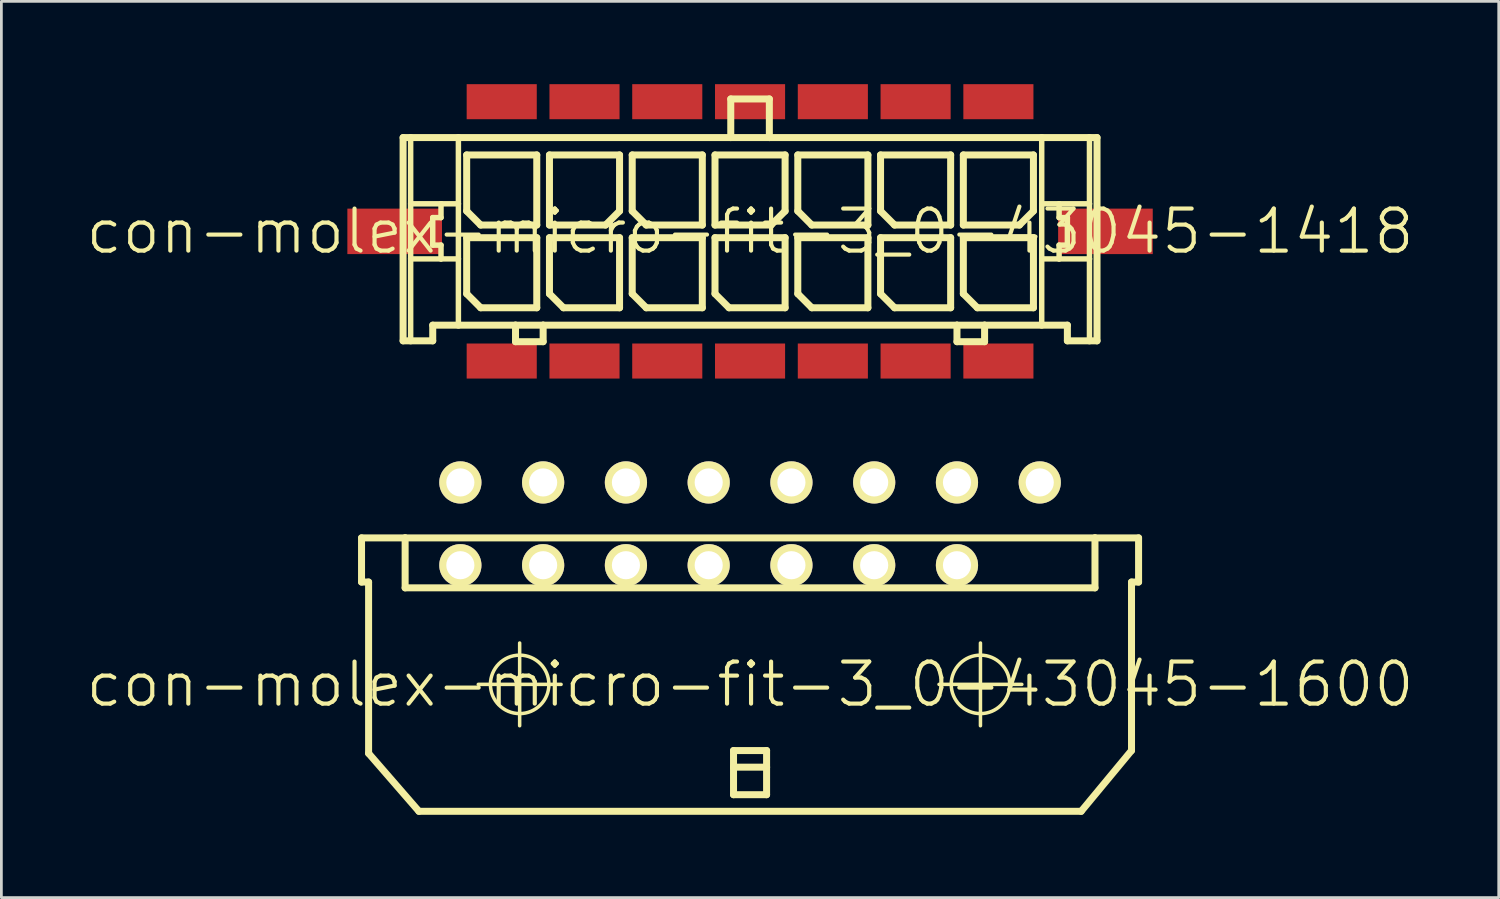
<source format=kicad_pcb>
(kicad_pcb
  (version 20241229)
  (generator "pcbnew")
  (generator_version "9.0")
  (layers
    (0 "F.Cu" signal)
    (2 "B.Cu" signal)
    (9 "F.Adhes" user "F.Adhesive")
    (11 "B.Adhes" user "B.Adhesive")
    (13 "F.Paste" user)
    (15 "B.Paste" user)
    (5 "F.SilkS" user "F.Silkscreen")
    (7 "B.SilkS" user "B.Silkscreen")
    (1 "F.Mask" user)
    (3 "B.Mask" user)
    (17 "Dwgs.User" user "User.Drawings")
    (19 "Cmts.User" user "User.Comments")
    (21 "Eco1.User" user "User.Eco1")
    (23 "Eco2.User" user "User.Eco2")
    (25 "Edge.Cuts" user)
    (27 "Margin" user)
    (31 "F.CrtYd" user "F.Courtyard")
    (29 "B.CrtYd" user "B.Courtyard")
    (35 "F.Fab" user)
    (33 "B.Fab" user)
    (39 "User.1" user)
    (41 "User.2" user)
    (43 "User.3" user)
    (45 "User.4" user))
  (footprint "con-molex-micro-fit-3_0-43045-1418"
    (layer "F.Cu")
    (at 24.13 5.334)
    (property "Reference" "con-molex-micro-fit-3_0-43045-1418" (at 0 0 0) (layer "F.SilkS") (effects (font (size 1.524 1.524) (thickness 0.15))))
    (attr smd)
    (fp_line (start -12.573 -3.399) (end -12.299 -3.399) (stroke (width 0.254) (type solid)) (layer "F.SilkS"))
    (fp_line (start -12.573 3.967) (end -12.573 -3.399) (stroke (width 0.254) (type solid)) (layer "F.SilkS"))
    (fp_line (start -12.299 -3.399) (end -10.569 -3.399) (stroke (width 0.254) (type solid)) (layer "F.SilkS"))
    (fp_line (start -12.299 -0.998) (end -12.299 -3.399) (stroke (width 0.198) (type solid)) (layer "F.SilkS"))
    (fp_line (start -12.299 0.998) (end -12.299 -0.998) (stroke (width 0.198) (type solid)) (layer "F.SilkS"))
    (fp_line (start -12.299 3.967) (end -12.573 3.967) (stroke (width 0.254) (type solid)) (layer "F.SilkS"))
    (fp_line (start -12.299 3.967) (end -12.299 0.998) (stroke (width 0.198) (type solid)) (layer "F.SilkS"))
    (fp_line (start -11.499 -0.498) (end -11.499 0.498) (stroke (width 0.198) (type solid)) (layer "F.SilkS"))
    (fp_line (start -11.499 0.498) (end -11.199 0.498) (stroke (width 0.198) (type solid)) (layer "F.SilkS"))
    (fp_line (start -11.499 3.399) (end -11.499 3.967) (stroke (width 0.254) (type solid)) (layer "F.SilkS"))
    (fp_line (start -11.499 3.967) (end -12.299 3.967) (stroke (width 0.254) (type solid)) (layer "F.SilkS"))
    (fp_line (start -11.199 -0.998) (end -12.299 -0.998) (stroke (width 0.198) (type solid)) (layer "F.SilkS"))
    (fp_line (start -11.199 -0.998) (end -11.199 -0.498) (stroke (width 0.198) (type solid)) (layer "F.SilkS"))
    (fp_line (start -11.199 -0.498) (end -11.499 -0.498) (stroke (width 0.198) (type solid)) (layer "F.SilkS"))
    (fp_line (start -11.199 0.498) (end -11.199 0.998) (stroke (width 0.198) (type solid)) (layer "F.SilkS"))
    (fp_line (start -11.199 0.998) (end -12.299 0.998) (stroke (width 0.198) (type solid)) (layer "F.SilkS"))
    (fp_line (start -10.569 -3.399) (end -0.699 -3.399) (stroke (width 0.254) (type solid)) (layer "F.SilkS"))
    (fp_line (start -10.569 -0.998) (end -11.199 -0.998) (stroke (width 0.198) (type solid)) (layer "F.SilkS"))
    (fp_line (start -10.569 -0.998) (end -10.569 -3.399) (stroke (width 0.198) (type solid)) (layer "F.SilkS"))
    (fp_line (start -10.569 0.998) (end -11.199 0.998) (stroke (width 0.198) (type solid)) (layer "F.SilkS"))
    (fp_line (start -10.569 0.998) (end -10.569 -0.998) (stroke (width 0.198) (type solid)) (layer "F.SilkS"))
    (fp_line (start -10.569 3.399) (end -11.499 3.399) (stroke (width 0.254) (type solid)) (layer "F.SilkS"))
    (fp_line (start -10.569 3.399) (end -10.569 0.998) (stroke (width 0.198) (type solid)) (layer "F.SilkS"))
    (fp_line (start -10.269 -2.769) (end -7.729 -2.769) (stroke (width 0.254) (type solid)) (layer "F.SilkS"))
    (fp_line (start -10.269 -0.737) (end -10.269 -2.769) (stroke (width 0.254) (type solid)) (layer "F.SilkS"))
    (fp_line (start -10.269 0.229) (end -7.729 0.229) (stroke (width 0.254) (type solid)) (layer "F.SilkS"))
    (fp_line (start -10.269 2.261) (end -10.269 0.229) (stroke (width 0.254) (type solid)) (layer "F.SilkS"))
    (fp_line (start -9.761 -0.229) (end -10.269 -0.737) (stroke (width 0.254) (type solid)) (layer "F.SilkS"))
    (fp_line (start -9.761 2.769) (end -10.269 2.261) (stroke (width 0.254) (type solid)) (layer "F.SilkS"))
    (fp_line (start -8.499 3.399) (end -10.569 3.399) (stroke (width 0.254) (type solid)) (layer "F.SilkS"))
    (fp_line (start -8.499 3.399) (end -8.499 3.998) (stroke (width 0.254) (type solid)) (layer "F.SilkS"))
    (fp_line (start -8.499 3.998) (end -7.498 3.998) (stroke (width 0.254) (type solid)) (layer "F.SilkS"))
    (fp_line (start -7.729 -2.769) (end -7.729 -0.229) (stroke (width 0.254) (type solid)) (layer "F.SilkS"))
    (fp_line (start -7.729 -0.229) (end -9.761 -0.229) (stroke (width 0.254) (type solid)) (layer "F.SilkS"))
    (fp_line (start -7.729 0.229) (end -7.729 2.769) (stroke (width 0.254) (type solid)) (layer "F.SilkS"))
    (fp_line (start -7.729 2.769) (end -9.761 2.769) (stroke (width 0.254) (type solid)) (layer "F.SilkS"))
    (fp_line (start -7.498 3.399) (end -8.499 3.399) (stroke (width 0.254) (type solid)) (layer "F.SilkS"))
    (fp_line (start -7.498 3.998) (end -7.498 3.399) (stroke (width 0.254) (type solid)) (layer "F.SilkS"))
    (fp_line (start -7.269 -2.769) (end -7.269 -0.229) (stroke (width 0.254) (type solid)) (layer "F.SilkS"))
    (fp_line (start -7.269 -0.229) (end -5.237 -0.229) (stroke (width 0.254) (type solid)) (layer "F.SilkS"))
    (fp_line (start -7.269 0.229) (end -4.729 0.229) (stroke (width 0.254) (type solid)) (layer "F.SilkS"))
    (fp_line (start -7.269 2.261) (end -7.269 0.229) (stroke (width 0.254) (type solid)) (layer "F.SilkS"))
    (fp_line (start -6.761 2.769) (end -7.269 2.261) (stroke (width 0.254) (type solid)) (layer "F.SilkS"))
    (fp_line (start -5.237 -0.229) (end -4.729 -0.737) (stroke (width 0.254) (type solid)) (layer "F.SilkS"))
    (fp_line (start -4.729 -2.769) (end -7.269 -2.769) (stroke (width 0.254) (type solid)) (layer "F.SilkS"))
    (fp_line (start -4.729 -0.737) (end -4.729 -2.769) (stroke (width 0.254) (type solid)) (layer "F.SilkS"))
    (fp_line (start -4.729 0.229) (end -4.729 2.769) (stroke (width 0.254) (type solid)) (layer "F.SilkS"))
    (fp_line (start -4.729 2.769) (end -6.761 2.769) (stroke (width 0.254) (type solid)) (layer "F.SilkS"))
    (fp_line (start -4.27 -2.769) (end -1.73 -2.769) (stroke (width 0.254) (type solid)) (layer "F.SilkS"))
    (fp_line (start -4.27 -0.737) (end -4.27 -2.769) (stroke (width 0.254) (type solid)) (layer "F.SilkS"))
    (fp_line (start -4.27 0.229) (end -1.73 0.229) (stroke (width 0.254) (type solid)) (layer "F.SilkS"))
    (fp_line (start -4.27 2.261) (end -4.27 0.229) (stroke (width 0.254) (type solid)) (layer "F.SilkS"))
    (fp_line (start -3.762 -0.229) (end -4.27 -0.737) (stroke (width 0.254) (type solid)) (layer "F.SilkS"))
    (fp_line (start -3.762 2.769) (end -4.27 2.261) (stroke (width 0.254) (type solid)) (layer "F.SilkS"))
    (fp_line (start -1.73 -2.769) (end -1.73 -0.229) (stroke (width 0.254) (type solid)) (layer "F.SilkS"))
    (fp_line (start -1.73 -0.229) (end -3.762 -0.229) (stroke (width 0.254) (type solid)) (layer "F.SilkS"))
    (fp_line (start -1.73 0.229) (end -1.73 2.769) (stroke (width 0.254) (type solid)) (layer "F.SilkS"))
    (fp_line (start -1.73 2.769) (end -3.762 2.769) (stroke (width 0.254) (type solid)) (layer "F.SilkS"))
    (fp_line (start -1.27 -2.769) (end -1.27 -0.229) (stroke (width 0.254) (type solid)) (layer "F.SilkS"))
    (fp_line (start -1.27 -0.229) (end 0.762 -0.229) (stroke (width 0.254) (type solid)) (layer "F.SilkS"))
    (fp_line (start -1.27 0.229) (end 1.27 0.229) (stroke (width 0.254) (type solid)) (layer "F.SilkS"))
    (fp_line (start -1.27 2.261) (end -1.27 0.229) (stroke (width 0.254) (type solid)) (layer "F.SilkS"))
    (fp_line (start -0.762 2.769) (end -1.27 2.261) (stroke (width 0.254) (type solid)) (layer "F.SilkS"))
    (fp_line (start -0.699 -4.798) (end -0.699 -3.399) (stroke (width 0.254) (type solid)) (layer "F.SilkS"))
    (fp_line (start -0.699 -4.798) (end 0.699 -4.798) (stroke (width 0.254) (type solid)) (layer "F.SilkS"))
    (fp_line (start -0.699 -3.399) (end 0.699 -3.399) (stroke (width 0.254) (type solid)) (layer "F.SilkS"))
    (fp_line (start 0.699 -4.798) (end 0.699 -3.399) (stroke (width 0.254) (type solid)) (layer "F.SilkS"))
    (fp_line (start 0.699 -3.399) (end 10.569 -3.399) (stroke (width 0.254) (type solid)) (layer "F.SilkS"))
    (fp_line (start 0.762 -0.229) (end 1.27 -0.737) (stroke (width 0.254) (type solid)) (layer "F.SilkS"))
    (fp_line (start 1.27 -2.769) (end -1.27 -2.769) (stroke (width 0.254) (type solid)) (layer "F.SilkS"))
    (fp_line (start 1.27 -0.737) (end 1.27 -2.769) (stroke (width 0.254) (type solid)) (layer "F.SilkS"))
    (fp_line (start 1.27 0.229) (end 1.27 2.769) (stroke (width 0.254) (type solid)) (layer "F.SilkS"))
    (fp_line (start 1.27 2.769) (end -0.762 2.769) (stroke (width 0.254) (type solid)) (layer "F.SilkS"))
    (fp_line (start 1.73 -2.769) (end 4.27 -2.769) (stroke (width 0.254) (type solid)) (layer "F.SilkS"))
    (fp_line (start 1.73 -0.737) (end 1.73 -2.769) (stroke (width 0.254) (type solid)) (layer "F.SilkS"))
    (fp_line (start 1.73 0.229) (end 4.27 0.229) (stroke (width 0.254) (type solid)) (layer "F.SilkS"))
    (fp_line (start 1.73 2.261) (end 1.73 0.229) (stroke (width 0.254) (type solid)) (layer "F.SilkS"))
    (fp_line (start 2.238 -0.229) (end 1.73 -0.737) (stroke (width 0.254) (type solid)) (layer "F.SilkS"))
    (fp_line (start 2.238 2.769) (end 1.73 2.261) (stroke (width 0.254) (type solid)) (layer "F.SilkS"))
    (fp_line (start 4.27 -2.769) (end 4.27 -0.229) (stroke (width 0.254) (type solid)) (layer "F.SilkS"))
    (fp_line (start 4.27 -0.229) (end 2.238 -0.229) (stroke (width 0.254) (type solid)) (layer "F.SilkS"))
    (fp_line (start 4.27 0.229) (end 4.27 2.769) (stroke (width 0.254) (type solid)) (layer "F.SilkS"))
    (fp_line (start 4.27 2.769) (end 2.238 2.769) (stroke (width 0.254) (type solid)) (layer "F.SilkS"))
    (fp_line (start 4.729 -2.769) (end 7.269 -2.769) (stroke (width 0.254) (type solid)) (layer "F.SilkS"))
    (fp_line (start 4.729 -0.737) (end 4.729 -2.769) (stroke (width 0.254) (type solid)) (layer "F.SilkS"))
    (fp_line (start 4.729 0.229) (end 7.269 0.229) (stroke (width 0.254) (type solid)) (layer "F.SilkS"))
    (fp_line (start 4.729 2.261) (end 4.729 0.229) (stroke (width 0.254) (type solid)) (layer "F.SilkS"))
    (fp_line (start 5.237 -0.229) (end 4.729 -0.737) (stroke (width 0.254) (type solid)) (layer "F.SilkS"))
    (fp_line (start 5.237 2.769) (end 4.729 2.261) (stroke (width 0.254) (type solid)) (layer "F.SilkS"))
    (fp_line (start 7.269 -2.769) (end 7.269 -0.229) (stroke (width 0.254) (type solid)) (layer "F.SilkS"))
    (fp_line (start 7.269 -0.229) (end 5.237 -0.229) (stroke (width 0.254) (type solid)) (layer "F.SilkS"))
    (fp_line (start 7.269 0.229) (end 7.269 2.769) (stroke (width 0.254) (type solid)) (layer "F.SilkS"))
    (fp_line (start 7.269 2.769) (end 5.237 2.769) (stroke (width 0.254) (type solid)) (layer "F.SilkS"))
    (fp_line (start 7.498 3.399) (end -7.498 3.399) (stroke (width 0.254) (type solid)) (layer "F.SilkS"))
    (fp_line (start 7.498 3.399) (end 7.498 3.998) (stroke (width 0.254) (type solid)) (layer "F.SilkS"))
    (fp_line (start 7.498 3.998) (end 8.499 3.998) (stroke (width 0.254) (type solid)) (layer "F.SilkS"))
    (fp_line (start 7.729 -2.769) (end 7.729 -0.229) (stroke (width 0.254) (type solid)) (layer "F.SilkS"))
    (fp_line (start 7.729 -0.229) (end 9.761 -0.229) (stroke (width 0.254) (type solid)) (layer "F.SilkS"))
    (fp_line (start 7.729 0.229) (end 10.269 0.229) (stroke (width 0.254) (type solid)) (layer "F.SilkS"))
    (fp_line (start 7.729 2.261) (end 7.729 0.229) (stroke (width 0.254) (type solid)) (layer "F.SilkS"))
    (fp_line (start 8.237 2.769) (end 7.729 2.261) (stroke (width 0.254) (type solid)) (layer "F.SilkS"))
    (fp_line (start 8.499 3.399) (end 7.498 3.399) (stroke (width 0.254) (type solid)) (layer "F.SilkS"))
    (fp_line (start 8.499 3.998) (end 8.499 3.399) (stroke (width 0.254) (type solid)) (layer "F.SilkS"))
    (fp_line (start 9.761 -0.229) (end 10.269 -0.737) (stroke (width 0.254) (type solid)) (layer "F.SilkS"))
    (fp_line (start 10.269 -2.769) (end 7.729 -2.769) (stroke (width 0.254) (type solid)) (layer "F.SilkS"))
    (fp_line (start 10.269 -0.737) (end 10.269 -2.769) (stroke (width 0.254) (type solid)) (layer "F.SilkS"))
    (fp_line (start 10.269 0.229) (end 10.269 2.769) (stroke (width 0.254) (type solid)) (layer "F.SilkS"))
    (fp_line (start 10.269 2.769) (end 8.237 2.769) (stroke (width 0.254) (type solid)) (layer "F.SilkS"))
    (fp_line (start 10.569 -3.399) (end 10.569 -0.998) (stroke (width 0.198) (type solid)) (layer "F.SilkS"))
    (fp_line (start 10.569 -3.399) (end 12.299 -3.399) (stroke (width 0.254) (type solid)) (layer "F.SilkS"))
    (fp_line (start 10.569 -0.998) (end 10.569 0.998) (stroke (width 0.198) (type solid)) (layer "F.SilkS"))
    (fp_line (start 10.569 -0.998) (end 11.199 -0.998) (stroke (width 0.198) (type solid)) (layer "F.SilkS"))
    (fp_line (start 10.569 0.998) (end 10.569 3.399) (stroke (width 0.198) (type solid)) (layer "F.SilkS"))
    (fp_line (start 10.569 0.998) (end 11.199 0.998) (stroke (width 0.198) (type solid)) (layer "F.SilkS"))
    (fp_line (start 10.569 3.399) (end 8.499 3.399) (stroke (width 0.254) (type solid)) (layer "F.SilkS"))
    (fp_line (start 11.199 -0.998) (end 11.199 -0.498) (stroke (width 0.198) (type solid)) (layer "F.SilkS"))
    (fp_line (start 11.199 -0.998) (end 12.299 -0.998) (stroke (width 0.198) (type solid)) (layer "F.SilkS"))
    (fp_line (start 11.199 -0.498) (end 11.499 -0.498) (stroke (width 0.198) (type solid)) (layer "F.SilkS"))
    (fp_line (start 11.199 0.498) (end 11.199 0.998) (stroke (width 0.198) (type solid)) (layer "F.SilkS"))
    (fp_line (start 11.199 0.998) (end 12.299 0.998) (stroke (width 0.198) (type solid)) (layer "F.SilkS"))
    (fp_line (start 11.499 -0.498) (end 11.499 0.498) (stroke (width 0.198) (type solid)) (layer "F.SilkS"))
    (fp_line (start 11.499 0.498) (end 11.199 0.498) (stroke (width 0.198) (type solid)) (layer "F.SilkS"))
    (fp_line (start 11.499 3.399) (end 10.569 3.399) (stroke (width 0.254) (type solid)) (layer "F.SilkS"))
    (fp_line (start 11.499 3.967) (end 11.499 3.399) (stroke (width 0.254) (type solid)) (layer "F.SilkS"))
    (fp_line (start 11.499 3.967) (end 12.299 3.967) (stroke (width 0.254) (type solid)) (layer "F.SilkS"))
    (fp_line (start 12.299 -3.399) (end 12.573 -3.399) (stroke (width 0.254) (type solid)) (layer "F.SilkS"))
    (fp_line (start 12.299 -0.998) (end 12.299 -3.399) (stroke (width 0.198) (type solid)) (layer "F.SilkS"))
    (fp_line (start 12.299 0.998) (end 12.299 -0.998) (stroke (width 0.198) (type solid)) (layer "F.SilkS"))
    (fp_line (start 12.299 3.967) (end 12.299 0.998) (stroke (width 0.198) (type solid)) (layer "F.SilkS"))
    (fp_line (start 12.299 3.967) (end 12.573 3.967) (stroke (width 0.254) (type solid)) (layer "F.SilkS"))
    (fp_line (start 12.573 -3.399) (end 12.573 3.967) (stroke (width 0.254) (type solid)) (layer "F.SilkS"))
    (pad "CLIP" smd rect (at -12.878 0) (size 3.429 1.648) (layers "F.Cu" "F.Mask" "F.Paste"))
    (pad "CLIP" smd rect (at 12.878 0) (size 3.429 1.648) (layers "F.Cu" "F.Mask" "F.Paste"))
    (pad "P$1" smd rect (at 8.999 4.699) (size 2.54 1.27) (layers "F.Cu" "F.Mask" "F.Paste"))
    (pad "P$2" smd rect (at 5.999 4.699) (size 2.54 1.27) (layers "F.Cu" "F.Mask" "F.Paste"))
    (pad "P$3" smd rect (at 3 4.699) (size 2.54 1.27) (layers "F.Cu" "F.Mask" "F.Paste"))
    (pad "P$4" smd rect (at 0 4.699) (size 2.54 1.27) (layers "F.Cu" "F.Mask" "F.Paste"))
    (pad "P$5" smd rect (at -3 4.699) (size 2.54 1.27) (layers "F.Cu" "F.Mask" "F.Paste"))
    (pad "P$6" smd rect (at -5.999 4.699) (size 2.54 1.27) (layers "F.Cu" "F.Mask" "F.Paste"))
    (pad "P$7" smd rect (at -8.999 4.699) (size 2.54 1.27) (layers "F.Cu" "F.Mask" "F.Paste"))
    (pad "P$8" smd rect (at 8.999 -4.699) (size 2.54 1.27) (layers "F.Cu" "F.Mask" "F.Paste"))
    (pad "P$9" smd rect (at 5.999 -4.699) (size 2.54 1.27) (layers "F.Cu" "F.Mask" "F.Paste"))
    (pad "P$10" smd rect (at 3 -4.699) (size 2.54 1.27) (layers "F.Cu" "F.Mask" "F.Paste"))
    (pad "P$11" smd rect (at 0 -4.699) (size 2.54 1.27) (layers "F.Cu" "F.Mask" "F.Paste"))
    (pad "P$12" smd rect (at -3 -4.699) (size 2.54 1.27) (layers "F.Cu" "F.Mask" "F.Paste"))
    (pad "P$13" smd rect (at -5.999 -4.699) (size 2.54 1.27) (layers "F.Cu" "F.Mask" "F.Paste"))
    (pad "P$14" smd rect (at -8.999 -4.699) (size 2.54 1.27) (layers "F.Cu" "F.Mask" "F.Paste")))
  (footprint "con-molex-micro-fit-3_0-43045-1600"
    (layer "F.Cu")
    (at 24.13 21.75)
    (property "Reference" "con-molex-micro-fit-3_0-43045-1600" (at 0 0 0) (layer "F.SilkS") (effects (font (size 1.524 1.524) (thickness 0.15))))
    (attr exclude_from_pos_files exclude_from_bom)
    (fp_line (start -14.079 -5.309) (end -14.079 -3.708) (stroke (width 0.254) (type solid)) (layer "F.SilkS"))
    (fp_line (start -14.079 -3.708) (end -13.823 -3.708) (stroke (width 0.254) (type solid)) (layer "F.SilkS"))
    (fp_line (start -13.823 2.499) (end -13.823 -3.708) (stroke (width 0.254) (type solid)) (layer "F.SilkS"))
    (fp_line (start -13.823 2.499) (end -11.999 4.6) (stroke (width 0.254) (type solid)) (layer "F.SilkS"))
    (fp_line (start -12.499 -5.309) (end -14.079 -5.309) (stroke (width 0.254) (type solid)) (layer "F.SilkS"))
    (fp_line (start -12.499 -5.309) (end -12.499 -3.498) (stroke (width 0.254) (type solid)) (layer "F.SilkS"))
    (fp_line (start -12.499 -5.309) (end 12.499 -5.309) (stroke (width 0.254) (type solid)) (layer "F.SilkS"))
    (fp_line (start -12.499 -3.498) (end 12.499 -3.498) (stroke (width 0.254) (type solid)) (layer "F.SilkS"))
    (fp_line (start -9.848 0) (end -6.848 0) (stroke (width 0.127) (type solid)) (layer "F.SilkS"))
    (fp_line (start -8.349 1.499) (end -8.349 -1.499) (stroke (width 0.127) (type solid)) (layer "F.SilkS"))
    (fp_line (start -4.829 -5.309) (end -12.499 -5.309) (stroke (width 0.127) (type solid)) (layer "F.SilkS"))
    (fp_line (start -4.823 -5.309) (end -12.499 -5.309) (stroke (width 0.127) (type solid)) (layer "F.SilkS"))
    (fp_line (start -0.599 2.398) (end 0.599 2.398) (stroke (width 0.254) (type solid)) (layer "F.SilkS"))
    (fp_line (start -0.599 3) (end -0.599 2.398) (stroke (width 0.254) (type solid)) (layer "F.SilkS"))
    (fp_line (start -0.599 3) (end 0.599 3) (stroke (width 0.254) (type solid)) (layer "F.SilkS"))
    (fp_line (start -0.599 3.998) (end -0.599 3) (stroke (width 0.254) (type solid)) (layer "F.SilkS"))
    (fp_line (start 0.599 2.398) (end 0.599 3) (stroke (width 0.254) (type solid)) (layer "F.SilkS"))
    (fp_line (start 0.599 3) (end 0.599 3.998) (stroke (width 0.254) (type solid)) (layer "F.SilkS"))
    (fp_line (start 0.599 3.998) (end -0.599 3.998) (stroke (width 0.254) (type solid)) (layer "F.SilkS"))
    (fp_line (start 6.848 0) (end 9.848 0) (stroke (width 0.127) (type solid)) (layer "F.SilkS"))
    (fp_line (start 8.349 1.499) (end 8.349 -1.499) (stroke (width 0.127) (type solid)) (layer "F.SilkS"))
    (fp_line (start 11.999 4.6) (end -11.999 4.6) (stroke (width 0.254) (type solid)) (layer "F.SilkS"))
    (fp_line (start 12.499 -5.309) (end 14.079 -5.309) (stroke (width 0.254) (type solid)) (layer "F.SilkS"))
    (fp_line (start 12.499 -3.498) (end 12.499 -5.309) (stroke (width 0.254) (type solid)) (layer "F.SilkS"))
    (fp_line (start 13.823 -3.708) (end 13.823 2.398) (stroke (width 0.254) (type solid)) (layer "F.SilkS"))
    (fp_line (start 13.823 2.398) (end 11.999 4.6) (stroke (width 0.254) (type solid)) (layer "F.SilkS"))
    (fp_line (start 14.079 -5.309) (end 14.079 -3.708) (stroke (width 0.254) (type solid)) (layer "F.SilkS"))
    (fp_line (start 14.079 -3.708) (end 13.823 -3.708) (stroke (width 0.254) (type solid)) (layer "F.SilkS"))
    (fp_circle (center -8.349 0) (end -9.098 0.749) (stroke (width 0.127) (type solid)) (fill no) (layer "F.SilkS"))
    (fp_circle (center 8.349 0) (end 9.098 0.749) (stroke (width 0.127) (type solid)) (fill no) (layer "F.SilkS"))
    (pad "P$1" thru_hole rect (at 10.498 -4.318) (size 0.001 0.001) (drill 1.019) (layers "*.Cu" "F.Mask" "F.SilkS" "F.Paste"))
    (pad "P$2" thru_hole circle (at 7.498 -4.318) (size 1.529 1.529) (drill 1.019) (layers "*.Cu" "F.Mask" "F.SilkS" "F.Paste"))
    (pad "P$3" thru_hole circle (at 4.498 -4.318) (size 1.529 1.529) (drill 1.019) (layers "*.Cu" "F.Mask" "F.SilkS" "F.Paste"))
    (pad "P$4" thru_hole circle (at 1.499 -4.318) (size 1.529 1.529) (drill 1.019) (layers "*.Cu" "F.Mask" "F.SilkS" "F.Paste"))
    (pad "P$5" thru_hole circle (at -1.499 -4.318) (size 1.529 1.529) (drill 1.019) (layers "*.Cu" "F.Mask" "F.SilkS" "F.Paste"))
    (pad "P$6" thru_hole circle (at -4.498 -4.318) (size 1.529 1.529) (drill 1.019) (layers "*.Cu" "F.Mask" "F.SilkS" "F.Paste"))
    (pad "P$7" thru_hole circle (at -7.498 -4.318) (size 1.529 1.529) (drill 1.019) (layers "*.Cu" "F.Mask" "F.SilkS" "F.Paste"))
    (pad "P$8" thru_hole circle (at -10.498 -4.318) (size 1.529 1.529) (drill 1.019) (layers "*.Cu" "F.Mask" "F.SilkS" "F.Paste"))
    (pad "P$9" thru_hole circle (at 10.498 -7.318) (size 1.529 1.529) (drill 1.019) (layers "*.Cu" "F.Mask" "F.SilkS" "F.Paste"))
    (pad "P$10" thru_hole circle (at 7.498 -7.318) (size 1.529 1.529) (drill 1.019) (layers "*.Cu" "F.Mask" "F.SilkS" "F.Paste"))
    (pad "P$11" thru_hole circle (at 4.498 -7.318) (size 1.529 1.529) (drill 1.019) (layers "*.Cu" "F.Mask" "F.SilkS" "F.Paste"))
    (pad "P$12" thru_hole circle (at 1.499 -7.318) (size 1.529 1.529) (drill 1.019) (layers "*.Cu" "F.Mask" "F.SilkS" "F.Paste"))
    (pad "P$13" thru_hole circle (at -1.499 -7.318) (size 1.529 1.529) (drill 1.019) (layers "*.Cu" "F.Mask" "F.SilkS" "F.Paste"))
    (pad "P$14" thru_hole circle (at -4.498 -7.318) (size 1.529 1.529) (drill 1.019) (layers "*.Cu" "F.Mask" "F.SilkS" "F.Paste"))
    (pad "P$15" thru_hole circle (at -7.498 -7.318) (size 1.529 1.529) (drill 1.019) (layers "*.Cu" "F.Mask" "F.SilkS" "F.Paste"))
    (pad "P$16" thru_hole circle (at -10.498 -7.318) (size 1.529 1.529) (drill 1.019) (layers "*.Cu" "F.Mask" "F.SilkS" "F.Paste")))
  (gr_rect
    (start -3 -3)
    (end 51.26 29.477)
    (stroke (width 0.1) (type default))
    (fill no)
    (layer "Edge.Cuts")))
</source>
